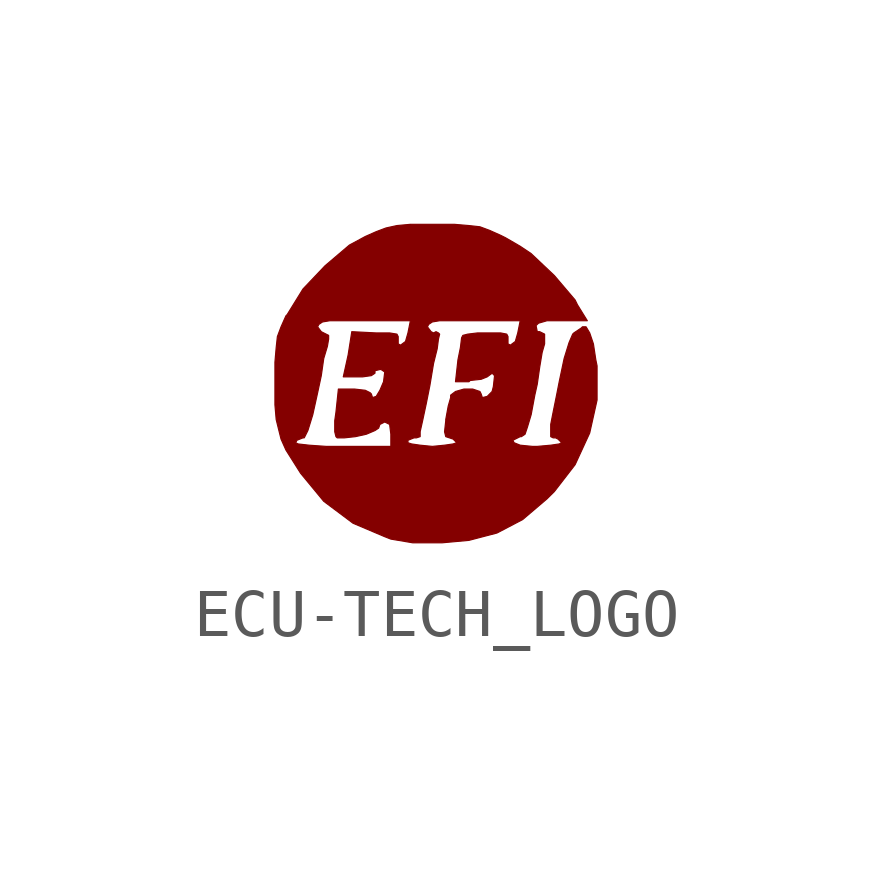
<source format=kicad_sym>
(kicad_symbol_lib
  (version 20210619)
  (generator kicad_symbol_editor)
  (symbol "ecu-tech_logo:ECU-TECH_LOGO"
    (pin_names
      (offset 1.016))
    (property "Reference" "G"
      (at 0 -2.616 0)
      (effects (font (size 1.524 1.524)) hide))
    (symbol "ECU-TECH_LOGO_0_0"
      (polyline (pts (xy 3.353 0.406) (xy 3.327 0.533) (xy 3.277 0.864) (xy 3.2 1.092) (xy 3.124 1.219) (xy 3.048 1.219) (xy 3.023 1.194) (xy 2.87 1.092) (xy 2.845 1.067) (xy 2.769 0.889) (xy 2.667 0.559) (xy 2.565 0.076) (xy 2.515 -0.178) (xy 2.438 -0.559) (xy 2.388 -0.813) (xy 2.388 -0.991) (xy 2.388 -1.067) (xy 2.438 -1.092) (xy 2.489 -1.092) (xy 2.54 -1.118) (xy 2.616 -1.194) (xy 2.565 -1.219) (xy 2.388 -1.245) (xy 2.108 -1.27) (xy 2.007 -1.27) (xy 1.753 -1.245) (xy 1.626 -1.194) (xy 1.6 -1.143) (xy 1.753 -1.067) (xy 1.778 -1.067) (xy 1.854 -1.016) (xy 1.905 -0.864) (xy 1.981 -0.61) (xy 2.057 -0.203) (xy 2.108 0.025) (xy 2.159 0.381) (xy 2.21 0.686) (xy 2.261 0.864) (xy 2.261 0.914) (xy 2.261 1.067) (xy 2.159 1.118) (xy 2.108 1.118) (xy 2.083 1.245) (xy 2.134 1.295) (xy 2.311 1.346) (xy 2.642 1.346) (xy 3.15 1.346) (xy 2.946 1.676) (xy 2.896 1.778) (xy 2.464 2.286) (xy 1.981 2.743) (xy 1.753 2.896) (xy 1.753 1.346) (xy 1.702 1.092) (xy 1.651 0.914) (xy 1.549 0.838) (xy 1.499 0.864) (xy 1.499 0.991) (xy 1.499 1.016) (xy 1.473 1.067) (xy 1.346 1.092) (xy 1.067 1.092) (xy 0.864 1.092) (xy 0.66 1.067) (xy 0.559 1.041) (xy 0.533 0.991) (xy 0.508 0.787) (xy 0.457 0.533) (xy 0.406 0.076) (xy 0.686 0.076) (xy 0.711 0.102) (xy 0.94 0.127) (xy 1.067 0.178) (xy 1.168 0.254) (xy 1.219 0.203) (xy 1.194 -0.025) (xy 1.168 -0.127) (xy 1.067 -0.229) (xy 0.965 -0.254) (xy 0.94 -0.178) (xy 0.914 -0.127) (xy 0.762 -0.076) (xy 0.584 -0.076) (xy 0.406 -0.127) (xy 0.305 -0.203) (xy 0.305 -0.254) (xy 0.254 -0.432) (xy 0.203 -0.711) (xy 0.203 -0.737) (xy 0.178 -0.965) (xy 0.203 -1.067) (xy 0.279 -1.092) (xy 0.356 -1.118) (xy 0.432 -1.194) (xy 0.356 -1.219) (xy 0.178 -1.245) (xy -0.076 -1.27) (xy -0.33 -1.245) (xy -0.508 -1.219) (xy -0.584 -1.194) (xy -0.584 -1.143) (xy -0.457 -1.092) (xy -0.406 -1.092) (xy -0.33 -1.067) (xy -0.33 -0.965) (xy -0.279 -0.737) (xy -0.203 -0.381) (xy -0.127 0) (xy -0.051 0.457) (xy 0.025 0.762) (xy 0.051 0.965) (xy 0.076 1.067) (xy 0.051 1.092) (xy 0 1.118) (xy -0.051 1.092) (xy -0.102 1.118) (xy -0.178 1.219) (xy -0.152 1.27) (xy -0.076 1.321) (xy 0.076 1.346) (xy 0.356 1.346) (xy 0.787 1.346) (xy 1.753 1.346) (xy 1.753 2.896) (xy 1.448 3.073) (xy 1.346 3.124) (xy 1.118 3.226) (xy 0.914 3.302) (xy 0.686 3.327) (xy 0.381 3.353) (xy -0.051 3.353) (xy -0.102 3.353) (xy -0.508 3.353) (xy -0.533 3.353) (xy -0.533 1.346) (xy -0.584 1.092) (xy -0.635 0.914) (xy -0.737 0.838) (xy -0.787 0.864) (xy -0.787 0.965) (xy -0.787 1.016) (xy -0.813 1.067) (xy -0.965 1.092) (xy -1.245 1.092) (xy -1.753 1.118) (xy -1.829 0.635) (xy -1.93 0.178) (xy -1.6 0.178) (xy -1.524 0.178) (xy -1.346 0.203) (xy -1.27 0.254) (xy -1.27 0.305) (xy -1.168 0.33) (xy -1.143 0.33) (xy -1.067 0.279) (xy -1.092 0.076) (xy -1.168 -0.102) (xy -1.245 -0.229) (xy -1.321 -0.254) (xy -1.346 -0.178) (xy -1.372 -0.152) (xy -1.473 -0.102) (xy -1.702 -0.076) (xy -2.032 -0.076) (xy -2.083 -0.559) (xy -2.108 -0.737) (xy -2.108 -0.965) (xy -2.083 -1.067) (xy -2.057 -1.092) (xy -1.905 -1.092) (xy -1.676 -1.067) (xy -1.448 -1.016) (xy -1.27 -0.94) (xy -1.194 -0.889) (xy -1.168 -0.813) (xy -1.067 -0.762) (xy -0.965 -0.813) (xy -0.94 -1.016) (xy -0.94 -1.27) (xy -1.956 -1.27) (xy -2.286 -1.27) (xy -2.642 -1.245) (xy -2.87 -1.219) (xy -2.921 -1.194) (xy -2.896 -1.143) (xy -2.769 -1.092) (xy -2.743 -1.092) (xy -2.667 -0.94) (xy -2.565 -0.61) (xy -2.464 -0.152) (xy -2.388 0.203) (xy -2.337 0.559) (xy -2.261 0.813) (xy -2.235 0.965) (xy -2.235 1.041) (xy -2.337 1.092) (xy -2.388 1.118) (xy -2.464 1.219) (xy -2.438 1.27) (xy -2.362 1.321) (xy -2.21 1.346) (xy -1.93 1.346) (xy -1.499 1.346) (xy -0.533 1.346) (xy -0.533 3.353) (xy -0.813 3.327) (xy -1.041 3.277) (xy -1.245 3.2) (xy -1.473 3.099) (xy -1.803 2.921) (xy -2.311 2.489) (xy -2.769 2.007) (xy -3.099 1.473) (xy -3.124 1.448) (xy -3.226 1.219) (xy -3.302 1.016) (xy -3.327 0.787) (xy -3.353 0.483) (xy -3.353 0.051) (xy -3.353 0) (xy -3.353 -0.406) (xy -3.327 -0.711) (xy -3.277 -0.914) (xy -3.226 -1.118) (xy -3.124 -1.346) (xy -2.819 -1.829) (xy -2.337 -2.413) (xy -1.727 -2.87) (xy -1.067 -3.15) (xy -0.94 -3.2) (xy -0.483 -3.277) (xy 0.127 -3.277) (xy 0.686 -3.226) (xy 1.27 -3.073) (xy 1.803 -2.794) (xy 2.311 -2.362) (xy 2.464 -2.21) (xy 2.896 -1.651) (xy 3.2 -0.991) (xy 3.353 -0.305) (xy 3.353 0.406) (xy 3.353 0.406)) (stroke (width 0.025)) (fill (type outline))))))
</source>
